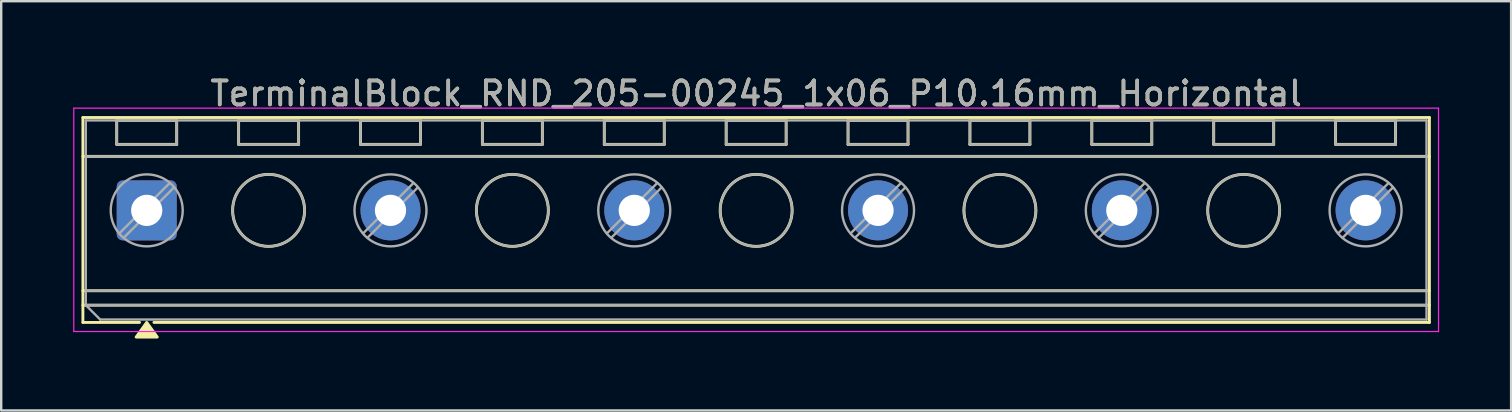
<source format=kicad_pcb>
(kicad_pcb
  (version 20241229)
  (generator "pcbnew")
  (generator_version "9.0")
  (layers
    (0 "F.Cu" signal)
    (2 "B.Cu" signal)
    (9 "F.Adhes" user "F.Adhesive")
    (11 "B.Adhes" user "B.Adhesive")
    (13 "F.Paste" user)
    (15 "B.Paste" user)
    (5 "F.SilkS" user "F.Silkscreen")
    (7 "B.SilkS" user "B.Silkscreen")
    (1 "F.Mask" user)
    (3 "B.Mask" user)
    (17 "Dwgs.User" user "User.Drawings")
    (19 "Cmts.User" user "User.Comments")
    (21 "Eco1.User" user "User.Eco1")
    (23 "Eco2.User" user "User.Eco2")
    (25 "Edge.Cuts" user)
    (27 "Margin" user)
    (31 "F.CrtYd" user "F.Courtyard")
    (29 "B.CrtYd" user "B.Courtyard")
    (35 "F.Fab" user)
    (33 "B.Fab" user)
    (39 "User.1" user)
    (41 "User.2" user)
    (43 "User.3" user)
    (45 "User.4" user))
  (footprint "TerminalBlock_RND_205-00245_1x06_P10.16mm_Horizontal"
    (layer "F.Cu")
    (at 3.065 5.718)
    (property "Reference" "TerminalBlock_RND_205-00245_1x06_P10.16mm_Horizontal" (at 25.4 -4.87 0) (layer "F.SilkS") (effects (font (size 1 1) (thickness 0.15))))
    (attr through_hole)
    (fp_line (start -2.66 -3.87) (end 53.46 -3.87) (stroke (width 0.12) (type solid)) (layer "F.SilkS"))
    (fp_line (start -2.66 -2.25) (end 53.46 -2.25) (stroke (width 0.12) (type solid)) (layer "F.SilkS"))
    (fp_line (start -2.66 3.35) (end 53.46 3.35) (stroke (width 0.12) (type solid)) (layer "F.SilkS"))
    (fp_line (start -2.66 3.95) (end 53.46 3.95) (stroke (width 0.12) (type solid)) (layer "F.SilkS"))
    (fp_line (start -2.66 4.67) (end -2.66 -3.87) (stroke (width 0.12) (type solid)) (layer "F.SilkS"))
    (fp_line (start -1.25 -3.75) (end 1.25 -3.75) (stroke (width 0.12) (type solid)) (layer "F.SilkS"))
    (fp_line (start -1.25 -2.75) (end -1.25 -3.75) (stroke (width 0.12) (type solid)) (layer "F.SilkS"))
    (fp_line (start -0.3 4.67) (end -2.66 4.67) (stroke (width 0.12) (type solid)) (layer "F.SilkS"))
    (fp_line (start 1.25 -3.75) (end 1.25 -2.75) (stroke (width 0.12) (type solid)) (layer "F.SilkS"))
    (fp_line (start 1.25 -2.75) (end -1.25 -2.75) (stroke (width 0.12) (type solid)) (layer "F.SilkS"))
    (fp_line (start 3.83 -3.75) (end 6.33 -3.75) (stroke (width 0.12) (type solid)) (layer "F.SilkS"))
    (fp_line (start 3.83 -2.75) (end 3.83 -3.75) (stroke (width 0.12) (type solid)) (layer "F.SilkS"))
    (fp_line (start 6.33 -3.75) (end 6.33 -2.75) (stroke (width 0.12) (type solid)) (layer "F.SilkS"))
    (fp_line (start 6.33 -2.75) (end 3.83 -2.75) (stroke (width 0.12) (type solid)) (layer "F.SilkS"))
    (fp_line (start 8.91 -3.75) (end 11.41 -3.75) (stroke (width 0.12) (type solid)) (layer "F.SilkS"))
    (fp_line (start 8.91 -2.75) (end 8.91 -3.75) (stroke (width 0.12) (type solid)) (layer "F.SilkS"))
    (fp_line (start 11.41 -3.75) (end 11.41 -2.75) (stroke (width 0.12) (type solid)) (layer "F.SilkS"))
    (fp_line (start 11.41 -2.75) (end 8.91 -2.75) (stroke (width 0.12) (type solid)) (layer "F.SilkS"))
    (fp_line (start 13.99 -3.75) (end 16.49 -3.75) (stroke (width 0.12) (type solid)) (layer "F.SilkS"))
    (fp_line (start 13.99 -2.75) (end 13.99 -3.75) (stroke (width 0.12) (type solid)) (layer "F.SilkS"))
    (fp_line (start 16.49 -3.75) (end 16.49 -2.75) (stroke (width 0.12) (type solid)) (layer "F.SilkS"))
    (fp_line (start 16.49 -2.75) (end 13.99 -2.75) (stroke (width 0.12) (type solid)) (layer "F.SilkS"))
    (fp_line (start 19.07 -3.75) (end 21.57 -3.75) (stroke (width 0.12) (type solid)) (layer "F.SilkS"))
    (fp_line (start 19.07 -2.75) (end 19.07 -3.75) (stroke (width 0.12) (type solid)) (layer "F.SilkS"))
    (fp_line (start 21.57 -3.75) (end 21.57 -2.75) (stroke (width 0.12) (type solid)) (layer "F.SilkS"))
    (fp_line (start 21.57 -2.75) (end 19.07 -2.75) (stroke (width 0.12) (type solid)) (layer "F.SilkS"))
    (fp_line (start 24.15 -3.75) (end 26.65 -3.75) (stroke (width 0.12) (type solid)) (layer "F.SilkS"))
    (fp_line (start 24.15 -2.75) (end 24.15 -3.75) (stroke (width 0.12) (type solid)) (layer "F.SilkS"))
    (fp_line (start 26.65 -3.75) (end 26.65 -2.75) (stroke (width 0.12) (type solid)) (layer "F.SilkS"))
    (fp_line (start 26.65 -2.75) (end 24.15 -2.75) (stroke (width 0.12) (type solid)) (layer "F.SilkS"))
    (fp_line (start 29.23 -3.75) (end 31.73 -3.75) (stroke (width 0.12) (type solid)) (layer "F.SilkS"))
    (fp_line (start 29.23 -2.75) (end 29.23 -3.75) (stroke (width 0.12) (type solid)) (layer "F.SilkS"))
    (fp_line (start 31.73 -3.75) (end 31.73 -2.75) (stroke (width 0.12) (type solid)) (layer "F.SilkS"))
    (fp_line (start 31.73 -2.75) (end 29.23 -2.75) (stroke (width 0.12) (type solid)) (layer "F.SilkS"))
    (fp_line (start 34.31 -3.75) (end 36.81 -3.75) (stroke (width 0.12) (type solid)) (layer "F.SilkS"))
    (fp_line (start 34.31 -2.75) (end 34.31 -3.75) (stroke (width 0.12) (type solid)) (layer "F.SilkS"))
    (fp_line (start 36.81 -3.75) (end 36.81 -2.75) (stroke (width 0.12) (type solid)) (layer "F.SilkS"))
    (fp_line (start 36.81 -2.75) (end 34.31 -2.75) (stroke (width 0.12) (type solid)) (layer "F.SilkS"))
    (fp_line (start 39.39 -3.75) (end 41.89 -3.75) (stroke (width 0.12) (type solid)) (layer "F.SilkS"))
    (fp_line (start 39.39 -2.75) (end 39.39 -3.75) (stroke (width 0.12) (type solid)) (layer "F.SilkS"))
    (fp_line (start 41.89 -3.75) (end 41.89 -2.75) (stroke (width 0.12) (type solid)) (layer "F.SilkS"))
    (fp_line (start 41.89 -2.75) (end 39.39 -2.75) (stroke (width 0.12) (type solid)) (layer "F.SilkS"))
    (fp_line (start 44.47 -3.75) (end 46.97 -3.75) (stroke (width 0.12) (type solid)) (layer "F.SilkS"))
    (fp_line (start 44.47 -2.75) (end 44.47 -3.75) (stroke (width 0.12) (type solid)) (layer "F.SilkS"))
    (fp_line (start 46.97 -3.75) (end 46.97 -2.75) (stroke (width 0.12) (type solid)) (layer "F.SilkS"))
    (fp_line (start 46.97 -2.75) (end 44.47 -2.75) (stroke (width 0.12) (type solid)) (layer "F.SilkS"))
    (fp_line (start 49.55 -3.75) (end 52.05 -3.75) (stroke (width 0.12) (type solid)) (layer "F.SilkS"))
    (fp_line (start 49.55 -2.75) (end 49.55 -3.75) (stroke (width 0.12) (type solid)) (layer "F.SilkS"))
    (fp_line (start 52.05 -3.75) (end 52.05 -2.75) (stroke (width 0.12) (type solid)) (layer "F.SilkS"))
    (fp_line (start 52.05 -2.75) (end 49.55 -2.75) (stroke (width 0.12) (type solid)) (layer "F.SilkS"))
    (fp_line (start 53.46 -3.87) (end 53.46 4.67) (stroke (width 0.12) (type solid)) (layer "F.SilkS"))
    (fp_line (start 53.46 4.67) (end 0.3 4.67) (stroke (width 0.12) (type solid)) (layer "F.SilkS"))
    (fp_circle (center 5.08 0) (end 6.58 0) (stroke (width 0.12) (type solid)) (fill no) (layer "F.SilkS"))
    (fp_circle (center 15.24 0) (end 16.74 0) (stroke (width 0.12) (type solid)) (fill no) (layer "F.SilkS"))
    (fp_circle (center 25.4 0) (end 26.9 0) (stroke (width 0.12) (type solid)) (fill no) (layer "F.SilkS"))
    (fp_circle (center 35.56 0) (end 37.06 0) (stroke (width 0.12) (type solid)) (fill no) (layer "F.SilkS"))
    (fp_circle (center 45.72 0) (end 47.22 0) (stroke (width 0.12) (type solid)) (fill no) (layer "F.SilkS"))
    (fp_poly (pts (xy 0 4.67) (xy 0.44 5.28) (xy -0.44 5.28)) (stroke (width 0.12) (type solid)) (fill yes) (layer "F.SilkS"))
    (fp_line (start -3.04 -4.26) (end -3.04 5.05) (stroke (width 0.05) (type solid)) (layer "F.CrtYd"))
    (fp_line (start -3.04 5.05) (end 53.84 5.05) (stroke (width 0.05) (type solid)) (layer "F.CrtYd"))
    (fp_line (start 53.84 -4.26) (end -3.04 -4.26) (stroke (width 0.05) (type solid)) (layer "F.CrtYd"))
    (fp_line (start 53.84 5.05) (end 53.84 -4.26) (stroke (width 0.05) (type solid)) (layer "F.CrtYd"))
    (fp_line (start -2.54 -3.75) (end 53.34 -3.75) (stroke (width 0.1) (type solid)) (layer "F.Fab"))
    (fp_line (start -2.54 -2.25) (end 53.34 -2.25) (stroke (width 0.1) (type solid)) (layer "F.Fab"))
    (fp_line (start -2.54 3.35) (end 53.34 3.35) (stroke (width 0.1) (type solid)) (layer "F.Fab"))
    (fp_line (start -2.54 3.95) (end -2.54 -3.75) (stroke (width 0.1) (type solid)) (layer "F.Fab"))
    (fp_line (start -2.54 3.95) (end 53.34 3.95) (stroke (width 0.1) (type solid)) (layer "F.Fab"))
    (fp_line (start -1.94 4.55) (end -2.54 3.95) (stroke (width 0.1) (type solid)) (layer "F.Fab"))
    (fp_line (start -1.25 -3.75) (end -1.25 -2.75) (stroke (width 0.1) (type solid)) (layer "F.Fab"))
    (fp_line (start -1.25 -2.75) (end 1.25 -2.75) (stroke (width 0.1) (type solid)) (layer "F.Fab"))
    (fp_line (start 0.955 -1.138) (end -1.138 0.955) (stroke (width 0.1) (type solid)) (layer "F.Fab"))
    (fp_line (start 1.138 -0.955) (end -0.955 1.138) (stroke (width 0.1) (type solid)) (layer "F.Fab"))
    (fp_line (start 1.25 -3.75) (end -1.25 -3.75) (stroke (width 0.1) (type solid)) (layer "F.Fab"))
    (fp_line (start 1.25 -2.75) (end 1.25 -3.75) (stroke (width 0.1) (type solid)) (layer "F.Fab"))
    (fp_line (start 3.83 -3.75) (end 3.83 -2.75) (stroke (width 0.1) (type solid)) (layer "F.Fab"))
    (fp_line (start 3.83 -2.75) (end 6.33 -2.75) (stroke (width 0.1) (type solid)) (layer "F.Fab"))
    (fp_line (start 6.33 -3.75) (end 3.83 -3.75) (stroke (width 0.1) (type solid)) (layer "F.Fab"))
    (fp_line (start 6.33 -2.75) (end 6.33 -3.75) (stroke (width 0.1) (type solid)) (layer "F.Fab"))
    (fp_line (start 8.91 -3.75) (end 8.91 -2.75) (stroke (width 0.1) (type solid)) (layer "F.Fab"))
    (fp_line (start 8.91 -2.75) (end 11.41 -2.75) (stroke (width 0.1) (type solid)) (layer "F.Fab"))
    (fp_line (start 11.115 -1.138) (end 9.022 0.955) (stroke (width 0.1) (type solid)) (layer "F.Fab"))
    (fp_line (start 11.298 -0.955) (end 9.205 1.138) (stroke (width 0.1) (type solid)) (layer "F.Fab"))
    (fp_line (start 11.41 -3.75) (end 8.91 -3.75) (stroke (width 0.1) (type solid)) (layer "F.Fab"))
    (fp_line (start 11.41 -2.75) (end 11.41 -3.75) (stroke (width 0.1) (type solid)) (layer "F.Fab"))
    (fp_line (start 13.99 -3.75) (end 13.99 -2.75) (stroke (width 0.1) (type solid)) (layer "F.Fab"))
    (fp_line (start 13.99 -2.75) (end 16.49 -2.75) (stroke (width 0.1) (type solid)) (layer "F.Fab"))
    (fp_line (start 16.49 -3.75) (end 13.99 -3.75) (stroke (width 0.1) (type solid)) (layer "F.Fab"))
    (fp_line (start 16.49 -2.75) (end 16.49 -3.75) (stroke (width 0.1) (type solid)) (layer "F.Fab"))
    (fp_line (start 19.07 -3.75) (end 19.07 -2.75) (stroke (width 0.1) (type solid)) (layer "F.Fab"))
    (fp_line (start 19.07 -2.75) (end 21.57 -2.75) (stroke (width 0.1) (type solid)) (layer "F.Fab"))
    (fp_line (start 21.275 -1.138) (end 19.182 0.955) (stroke (width 0.1) (type solid)) (layer "F.Fab"))
    (fp_line (start 21.458 -0.955) (end 19.365 1.138) (stroke (width 0.1) (type solid)) (layer "F.Fab"))
    (fp_line (start 21.57 -3.75) (end 19.07 -3.75) (stroke (width 0.1) (type solid)) (layer "F.Fab"))
    (fp_line (start 21.57 -2.75) (end 21.57 -3.75) (stroke (width 0.1) (type solid)) (layer "F.Fab"))
    (fp_line (start 24.15 -3.75) (end 24.15 -2.75) (stroke (width 0.1) (type solid)) (layer "F.Fab"))
    (fp_line (start 24.15 -2.75) (end 26.65 -2.75) (stroke (width 0.1) (type solid)) (layer "F.Fab"))
    (fp_line (start 26.65 -3.75) (end 24.15 -3.75) (stroke (width 0.1) (type solid)) (layer "F.Fab"))
    (fp_line (start 26.65 -2.75) (end 26.65 -3.75) (stroke (width 0.1) (type solid)) (layer "F.Fab"))
    (fp_line (start 29.23 -3.75) (end 29.23 -2.75) (stroke (width 0.1) (type solid)) (layer "F.Fab"))
    (fp_line (start 29.23 -2.75) (end 31.73 -2.75) (stroke (width 0.1) (type solid)) (layer "F.Fab"))
    (fp_line (start 31.435 -1.138) (end 29.342 0.955) (stroke (width 0.1) (type solid)) (layer "F.Fab"))
    (fp_line (start 31.618 -0.955) (end 29.525 1.138) (stroke (width 0.1) (type solid)) (layer "F.Fab"))
    (fp_line (start 31.73 -3.75) (end 29.23 -3.75) (stroke (width 0.1) (type solid)) (layer "F.Fab"))
    (fp_line (start 31.73 -2.75) (end 31.73 -3.75) (stroke (width 0.1) (type solid)) (layer "F.Fab"))
    (fp_line (start 34.31 -3.75) (end 34.31 -2.75) (stroke (width 0.1) (type solid)) (layer "F.Fab"))
    (fp_line (start 34.31 -2.75) (end 36.81 -2.75) (stroke (width 0.1) (type solid)) (layer "F.Fab"))
    (fp_line (start 36.81 -3.75) (end 34.31 -3.75) (stroke (width 0.1) (type solid)) (layer "F.Fab"))
    (fp_line (start 36.81 -2.75) (end 36.81 -3.75) (stroke (width 0.1) (type solid)) (layer "F.Fab"))
    (fp_line (start 39.39 -3.75) (end 39.39 -2.75) (stroke (width 0.1) (type solid)) (layer "F.Fab"))
    (fp_line (start 39.39 -2.75) (end 41.89 -2.75) (stroke (width 0.1) (type solid)) (layer "F.Fab"))
    (fp_line (start 41.595 -1.138) (end 39.502 0.955) (stroke (width 0.1) (type solid)) (layer "F.Fab"))
    (fp_line (start 41.778 -0.955) (end 39.685 1.138) (stroke (width 0.1) (type solid)) (layer "F.Fab"))
    (fp_line (start 41.89 -3.75) (end 39.39 -3.75) (stroke (width 0.1) (type solid)) (layer "F.Fab"))
    (fp_line (start 41.89 -2.75) (end 41.89 -3.75) (stroke (width 0.1) (type solid)) (layer "F.Fab"))
    (fp_line (start 44.47 -3.75) (end 44.47 -2.75) (stroke (width 0.1) (type solid)) (layer "F.Fab"))
    (fp_line (start 44.47 -2.75) (end 46.97 -2.75) (stroke (width 0.1) (type solid)) (layer "F.Fab"))
    (fp_line (start 46.97 -3.75) (end 44.47 -3.75) (stroke (width 0.1) (type solid)) (layer "F.Fab"))
    (fp_line (start 46.97 -2.75) (end 46.97 -3.75) (stroke (width 0.1) (type solid)) (layer "F.Fab"))
    (fp_line (start 49.55 -3.75) (end 49.55 -2.75) (stroke (width 0.1) (type solid)) (layer "F.Fab"))
    (fp_line (start 49.55 -2.75) (end 52.05 -2.75) (stroke (width 0.1) (type solid)) (layer "F.Fab"))
    (fp_line (start 51.755 -1.138) (end 49.662 0.955) (stroke (width 0.1) (type solid)) (layer "F.Fab"))
    (fp_line (start 51.938 -0.955) (end 49.845 1.138) (stroke (width 0.1) (type solid)) (layer "F.Fab"))
    (fp_line (start 52.05 -3.75) (end 49.55 -3.75) (stroke (width 0.1) (type solid)) (layer "F.Fab"))
    (fp_line (start 52.05 -2.75) (end 52.05 -3.75) (stroke (width 0.1) (type solid)) (layer "F.Fab"))
    (fp_line (start 53.34 -3.75) (end 53.34 4.55) (stroke (width 0.1) (type solid)) (layer "F.Fab"))
    (fp_line (start 53.34 4.55) (end -1.94 4.55) (stroke (width 0.1) (type solid)) (layer "F.Fab"))
    (fp_circle (center 0 0) (end 1.5 0) (stroke (width 0.1) (type solid)) (fill no) (layer "F.Fab"))
    (fp_circle (center 5.08 0) (end 6.58 0) (stroke (width 0.1) (type solid)) (fill no) (layer "F.Fab"))
    (fp_circle (center 10.16 0) (end 11.66 0) (stroke (width 0.1) (type solid)) (fill no) (layer "F.Fab"))
    (fp_circle (center 15.24 0) (end 16.74 0) (stroke (width 0.1) (type solid)) (fill no) (layer "F.Fab"))
    (fp_circle (center 20.32 0) (end 21.82 0) (stroke (width 0.1) (type solid)) (fill no) (layer "F.Fab"))
    (fp_circle (center 25.4 0) (end 26.9 0) (stroke (width 0.1) (type solid)) (fill no) (layer "F.Fab"))
    (fp_circle (center 30.48 0) (end 31.98 0) (stroke (width 0.1) (type solid)) (fill no) (layer "F.Fab"))
    (fp_circle (center 35.56 0) (end 37.06 0) (stroke (width 0.1) (type solid)) (fill no) (layer "F.Fab"))
    (fp_circle (center 40.64 0) (end 42.14 0) (stroke (width 0.1) (type solid)) (fill no) (layer "F.Fab"))
    (fp_circle (center 45.72 0) (end 47.22 0) (stroke (width 0.1) (type solid)) (fill no) (layer "F.Fab"))
    (fp_circle (center 50.8 0) (end 52.3 0) (stroke (width 0.1) (type solid)) (fill no) (layer "F.Fab"))
    (fp_text user "${REFERENCE}" (at 25.4 -4.87 0) (layer "F.Fab") (effects (font (size 1 1) (thickness 0.15))))
    (pad "1" thru_hole roundrect (at 0 0) (size 2.5 2.5) (drill 1.3) (layers "*.Cu" "*.Mask") (roundrect_rratio 0.1))
    (pad "2" thru_hole circle (at 10.16 0) (size 2.5 2.5) (drill 1.3) (layers "*.Cu" "*.Mask"))
    (pad "3" thru_hole circle (at 20.32 0) (size 2.5 2.5) (drill 1.3) (layers "*.Cu" "*.Mask"))
    (pad "4" thru_hole circle (at 30.48 0) (size 2.5 2.5) (drill 1.3) (layers "*.Cu" "*.Mask"))
    (pad "5" thru_hole circle (at 40.64 0) (size 2.5 2.5) (drill 1.3) (layers "*.Cu" "*.Mask"))
    (pad "6" thru_hole circle (at 50.8 0) (size 2.5 2.5) (drill 1.3) (layers "*.Cu" "*.Mask")))
  (gr_rect
    (start -3 -3)
    (end 59.93 14.058)
    (stroke (width 0.1) (type default))
    (fill no)
    (layer "Edge.Cuts")))
</source>
